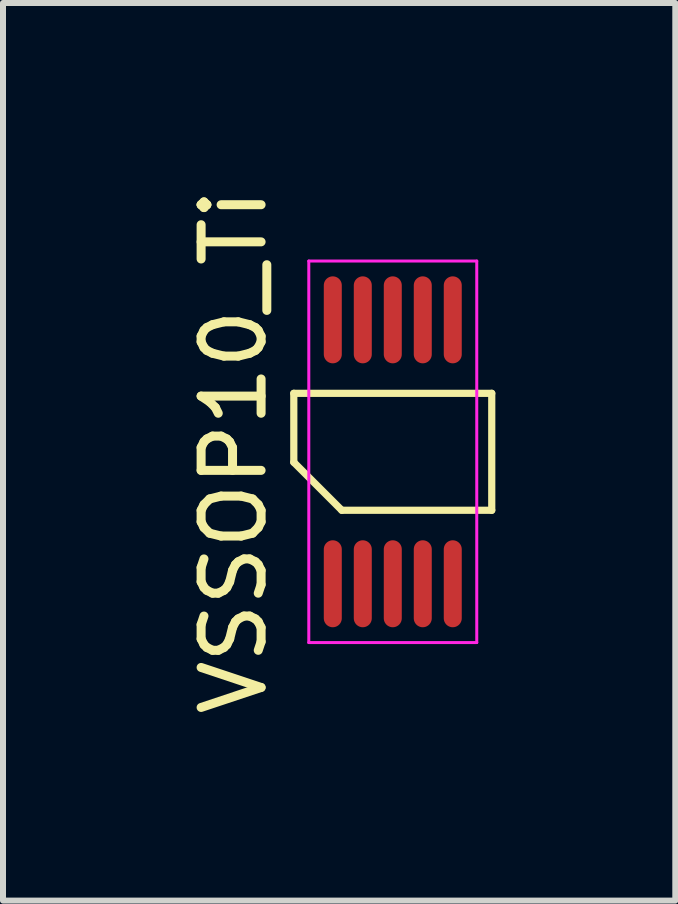
<source format=kicad_pcb>
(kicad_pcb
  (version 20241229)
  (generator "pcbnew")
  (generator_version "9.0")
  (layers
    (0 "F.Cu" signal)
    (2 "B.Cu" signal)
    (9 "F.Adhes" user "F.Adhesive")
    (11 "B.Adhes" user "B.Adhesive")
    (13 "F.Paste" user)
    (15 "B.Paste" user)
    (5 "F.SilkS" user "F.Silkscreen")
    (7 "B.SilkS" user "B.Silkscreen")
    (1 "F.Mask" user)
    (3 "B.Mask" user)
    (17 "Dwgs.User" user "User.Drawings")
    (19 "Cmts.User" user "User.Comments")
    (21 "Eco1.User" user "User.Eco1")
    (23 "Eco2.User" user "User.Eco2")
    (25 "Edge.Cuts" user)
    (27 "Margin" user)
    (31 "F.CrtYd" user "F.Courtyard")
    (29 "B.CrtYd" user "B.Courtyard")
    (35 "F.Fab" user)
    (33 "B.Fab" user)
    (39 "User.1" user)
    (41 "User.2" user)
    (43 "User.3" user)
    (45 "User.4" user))
  (footprint "VSSOP10_Ti"
    (layer "F.Cu")
    (at 3.498 4.482)
    (property "Reference" "VSSOP10_Ti" (at -2.65 0 90) (layer "F.SilkS") (effects (font (size 1 1) (thickness 0.15))))
    (attr smd)
    (fp_line (start -1.65 -0.975) (end 1.65 -0.975) (stroke (width 0.12) (type solid)) (layer "F.SilkS"))
    (fp_line (start -1.65 0.175) (end -1.65 -0.975) (stroke (width 0.12) (type solid)) (layer "F.SilkS"))
    (fp_line (start -0.85 0.975) (end -1.65 0.175) (stroke (width 0.12) (type solid)) (layer "F.SilkS"))
    (fp_line (start 1.65 -0.975) (end 1.65 0.975) (stroke (width 0.12) (type solid)) (layer "F.SilkS"))
    (fp_line (start 1.65 0.975) (end -0.85 0.975) (stroke (width 0.12) (type solid)) (layer "F.SilkS"))
    (fp_line (start -1.4 -3.18) (end 1.4 -3.18) (stroke (width 0.05) (type solid)) (layer "F.CrtYd"))
    (fp_line (start -1.4 3.18) (end -1.4 -3.18) (stroke (width 0.05) (type solid)) (layer "F.CrtYd"))
    (fp_line (start 1.4 -3.18) (end 1.4 3.18) (stroke (width 0.05) (type solid)) (layer "F.CrtYd"))
    (fp_line (start 1.4 3.18) (end -1.4 3.18) (stroke (width 0.05) (type solid)) (layer "F.CrtYd"))
    (pad "1" smd oval (at -1 2.2) (size 0.3 1.45) (layers "F.Cu" "F.Mask" "F.Paste"))
    (pad "2" smd oval (at -0.5 2.2) (size 0.3 1.45) (layers "F.Cu" "F.Mask" "F.Paste"))
    (pad "3" smd oval (at 0 2.2) (size 0.3 1.45) (layers "F.Cu" "F.Mask" "F.Paste"))
    (pad "4" smd oval (at 0.5 2.2) (size 0.3 1.45) (layers "F.Cu" "F.Mask" "F.Paste"))
    (pad "5" smd oval (at 1 2.2) (size 0.3 1.45) (layers "F.Cu" "F.Mask" "F.Paste"))
    (pad "6" smd oval (at 1 -2.2) (size 0.3 1.45) (layers "F.Cu" "F.Mask" "F.Paste"))
    (pad "7" smd oval (at 0.5 -2.2) (size 0.3 1.45) (layers "F.Cu" "F.Mask" "F.Paste"))
    (pad "8" smd oval (at 0 -2.2) (size 0.3 1.45) (layers "F.Cu" "F.Mask" "F.Paste"))
    (pad "9" smd oval (at -0.5 -2.2) (size 0.3 1.45) (layers "F.Cu" "F.Mask" "F.Paste"))
    (pad "10" smd oval (at -1 -2.2) (size 0.3 1.45) (layers "F.Cu" "F.Mask" "F.Paste")))
  (gr_rect
    (start -3 -3)
    (end 8.208 11.964)
    (stroke (width 0.1) (type default))
    (fill no)
    (layer "Edge.Cuts")))
</source>
